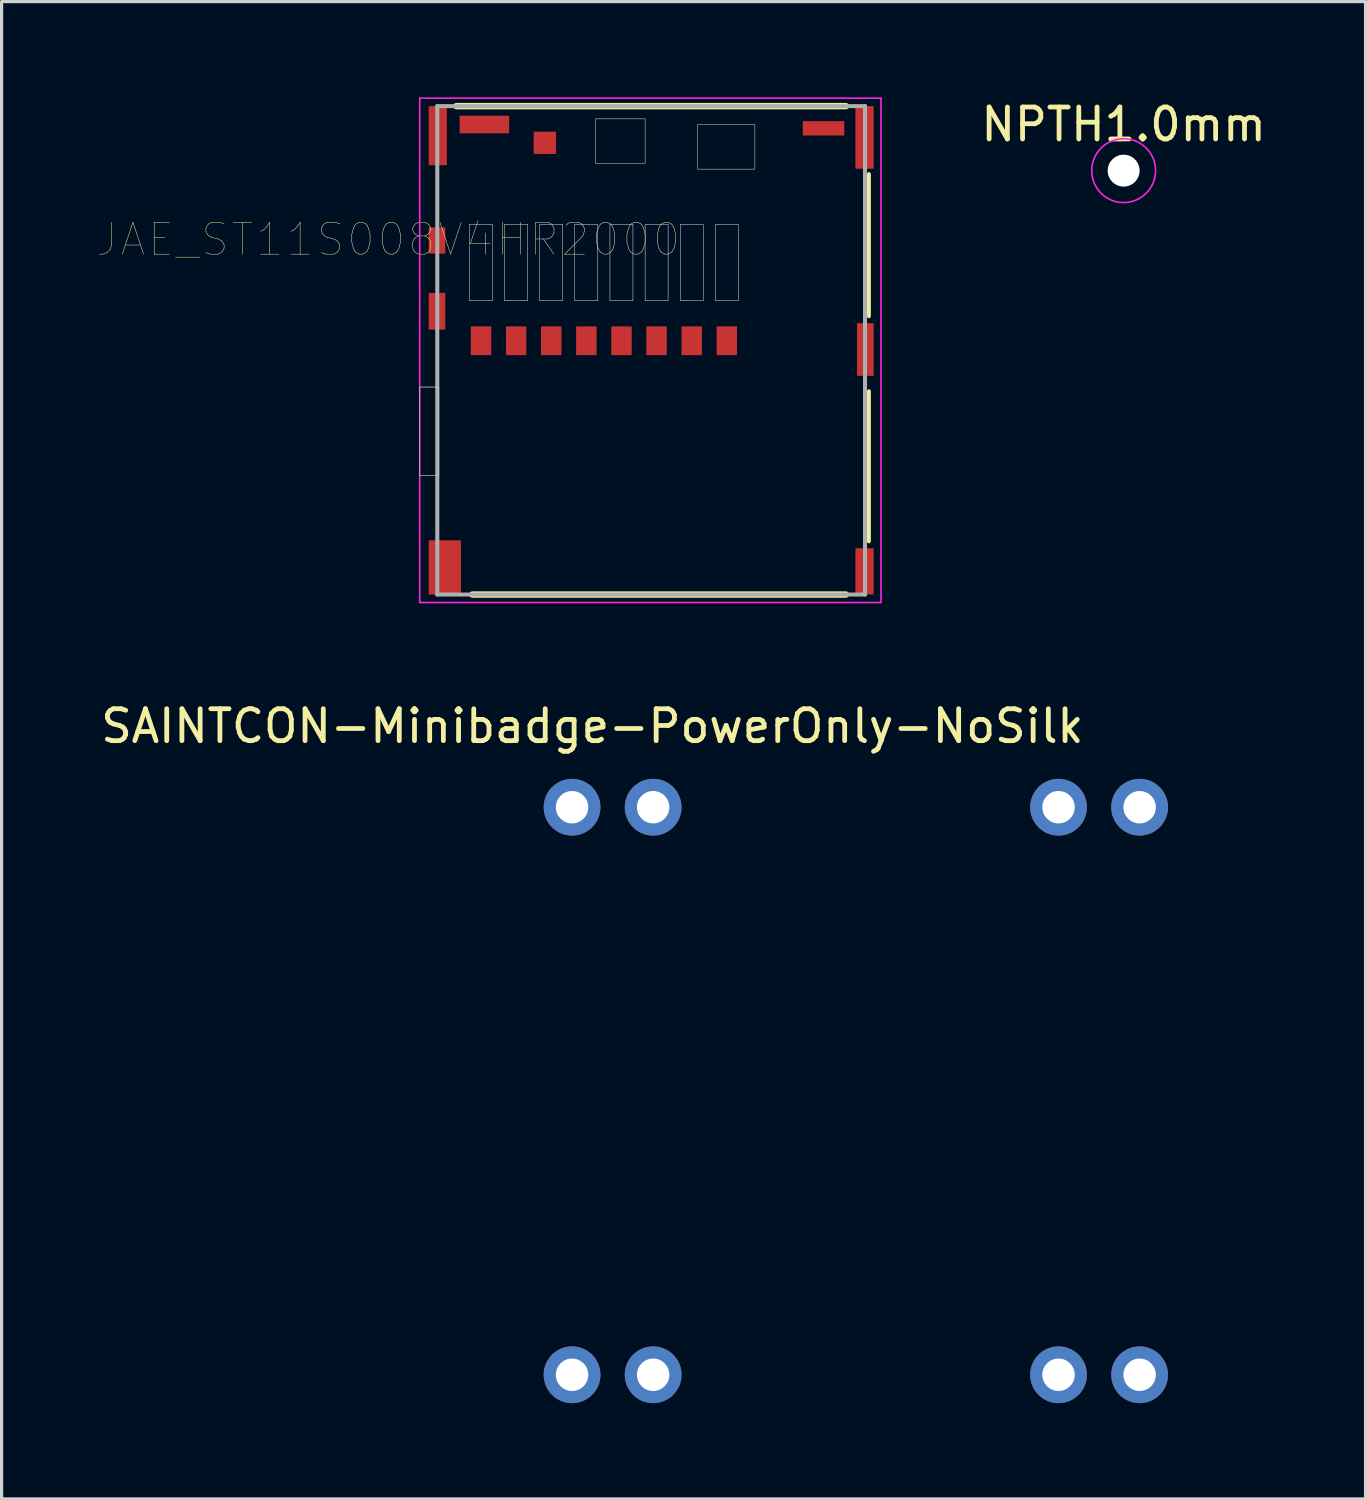
<source format=kicad_pcb>
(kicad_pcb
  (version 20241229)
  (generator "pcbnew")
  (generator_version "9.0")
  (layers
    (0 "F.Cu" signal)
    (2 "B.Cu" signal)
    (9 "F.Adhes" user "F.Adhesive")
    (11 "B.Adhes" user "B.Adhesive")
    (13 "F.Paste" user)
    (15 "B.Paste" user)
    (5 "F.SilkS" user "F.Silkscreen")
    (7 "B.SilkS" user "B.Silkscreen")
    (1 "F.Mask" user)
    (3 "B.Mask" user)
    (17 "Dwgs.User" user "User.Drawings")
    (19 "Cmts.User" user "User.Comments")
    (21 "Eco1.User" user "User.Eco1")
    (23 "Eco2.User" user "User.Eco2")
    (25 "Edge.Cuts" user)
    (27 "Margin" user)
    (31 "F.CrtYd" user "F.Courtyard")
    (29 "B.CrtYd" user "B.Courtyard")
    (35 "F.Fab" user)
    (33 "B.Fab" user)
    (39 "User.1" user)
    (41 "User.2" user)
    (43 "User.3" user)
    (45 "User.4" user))
  (footprint "SAINTCON-Minibadge-PowerOnly-NoSilk"
    (layer "F.Cu")
    (at 13.601 20.968)
    (property "Reference" "SAINTCON-Minibadge-PowerOnly-NoSilk" (at 1.905 -1.27 0) (layer "F.SilkS") (effects (font (size 1 1) (thickness 0.15))))
    (attr through_hole)
    (pad "1" thru_hole circle (at 1.27 1.27 90) (size 1.778 1.778) (drill 1.016) (layers "*.Cu" "*.Mask"))
    (pad "2" thru_hole circle (at 3.81 1.27 90) (size 1.778 1.778) (drill 1.016) (layers "*.Cu" "*.Mask"))
    (pad "7" thru_hole circle (at 16.51 1.27 90) (size 1.778 1.778) (drill 1.016) (layers "*.Cu" "*.Mask"))
    (pad "8" thru_hole circle (at 19.05 1.27 90) (size 1.778 1.778) (drill 1.016) (layers "*.Cu" "*.Mask"))
    (pad "9" thru_hole circle (at 1.27 19.05 90) (size 1.778 1.778) (drill 1.016) (layers "*.Cu" "*.Mask"))
    (pad "10" thru_hole circle (at 3.81 19.05 90) (size 1.778 1.778) (drill 1.016) (layers "*.Cu" "*.Mask"))
    (pad "15" thru_hole circle (at 16.51 19.05 90) (size 1.778 1.778) (drill 1.016) (layers "*.Cu" "*.Mask"))
    (pad "16" thru_hole circle (at 19.05 19.05 90) (size 1.778 1.778) (drill 1.016) (layers "*.Cu" "*.Mask")))
  (footprint "JAE_ST11S008V4HR2000"
    (layer "F.Cu")
    (at 17.349 7.925)
    (property "Reference" "JAE_ST11S008V4HR2000" (at -8.235 -3.475 180) (layer "F.SilkS") (effects (font (size 1 1) (thickness 0.015))))
    (attr through_hole)
    (fp_line (start -6.1 -7.65) (end 6.1 -7.65) (stroke (width 0.2) (type solid)) (layer "F.SilkS"))
    (fp_line (start 6.1 7.65) (end -5.6 7.65) (stroke (width 0.2) (type solid)) (layer "F.SilkS"))
    (fp_line (start 6.822 -5.522) (end 6.822 -1.067) (stroke (width 0.12) (type solid)) (layer "F.SilkS"))
    (fp_line (start 6.822 1.28) (end 6.822 5.984) (stroke (width 0.12) (type solid)) (layer "F.SilkS"))
    (fp_poly (pts (xy -7.262 1.15) (xy -6.65 1.15) (xy -6.65 3.926) (xy -7.262 3.926)) (stroke (width 0.01) (type solid)) (fill no) (layer "Dwgs.User"))
    (fp_poly (pts (xy -7.257 1.15) (xy -6.65 1.15) (xy -6.65 3.924) (xy -7.257 3.924)) (stroke (width 0.01) (type solid)) (fill no) (layer "Dwgs.User"))
    (fp_poly (pts (xy -7.254 1.15) (xy -6.65 1.15) (xy -6.65 3.922) (xy -7.254 3.922)) (stroke (width 0.01) (type solid)) (fill no) (layer "Dwgs.User"))
    (fp_poly (pts (xy -5.7 -3.95) (xy -4.97 -3.95) (xy -4.97 -1.553) (xy -5.7 -1.553)) (stroke (width 0.01) (type solid)) (fill no) (layer "Dwgs.User"))
    (fp_poly (pts (xy -5.696 -3.95) (xy -4.97 -3.95) (xy -4.97 -1.552) (xy -5.696 -1.552)) (stroke (width 0.01) (type solid)) (fill no) (layer "Dwgs.User"))
    (fp_poly (pts (xy -4.599 -3.95) (xy -3.87 -3.95) (xy -3.87 -1.553) (xy -4.599 -1.553)) (stroke (width 0.01) (type solid)) (fill no) (layer "Dwgs.User"))
    (fp_poly (pts (xy -4.596 -3.95) (xy -3.87 -3.95) (xy -3.87 -1.552) (xy -4.596 -1.552)) (stroke (width 0.01) (type solid)) (fill no) (layer "Dwgs.User"))
    (fp_poly (pts (xy -3.497 -3.95) (xy -2.77 -3.95) (xy -2.77 -1.553) (xy -3.497 -1.553)) (stroke (width 0.01) (type solid)) (fill no) (layer "Dwgs.User"))
    (fp_poly (pts (xy -3.496 -3.95) (xy -2.77 -3.95) (xy -2.77 -1.553) (xy -3.496 -1.553)) (stroke (width 0.01) (type solid)) (fill no) (layer "Dwgs.User"))
    (fp_poly (pts (xy -2.393 -3.95) (xy -1.67 -3.95) (xy -1.67 -1.552) (xy -2.393 -1.552)) (stroke (width 0.01) (type solid)) (fill no) (layer "Dwgs.User"))
    (fp_poly (pts (xy -2.392 -3.95) (xy -1.67 -3.95) (xy -1.67 -1.551) (xy -2.392 -1.551)) (stroke (width 0.01) (type solid)) (fill no) (layer "Dwgs.User"))
    (fp_poly (pts (xy -1.742 -7.25) (xy -0.19 -7.25) (xy -0.19 -5.856) (xy -1.742 -5.856)) (stroke (width 0.01) (type solid)) (fill no) (layer "Dwgs.User"))
    (fp_poly (pts (xy -1.741 -7.25) (xy -0.19 -7.25) (xy -0.19 -5.853) (xy -1.741 -5.853)) (stroke (width 0.01) (type solid)) (fill no) (layer "Dwgs.User"))
    (fp_poly (pts (xy -1.291 -3.95) (xy -0.57 -3.95) (xy -0.57 -1.551) (xy -1.291 -1.551)) (stroke (width 0.01) (type solid)) (fill no) (layer "Dwgs.User"))
    (fp_poly (pts (xy -1.29 -3.95) (xy -0.57 -3.95) (xy -0.57 -1.55) (xy -1.29 -1.55)) (stroke (width 0.01) (type solid)) (fill no) (layer "Dwgs.User"))
    (fp_poly (pts (xy -0.19 -3.95) (xy 0.53 -3.95) (xy 0.53 -1.551) (xy -0.19 -1.551)) (stroke (width 0.01) (type solid)) (fill no) (layer "Dwgs.User"))
    (fp_poly (pts (xy -0.19 -3.95) (xy 0.53 -3.95) (xy 0.53 -1.55) (xy -0.19 -1.55)) (stroke (width 0.01) (type solid)) (fill no) (layer "Dwgs.User"))
    (fp_poly (pts (xy 0.91 -3.95) (xy 1.63 -3.95) (xy 1.63 -1.551) (xy 0.91 -1.551)) (stroke (width 0.01) (type solid)) (fill no) (layer "Dwgs.User"))
    (fp_poly (pts (xy 0.912 -3.95) (xy 1.63 -3.95) (xy 1.63 -1.553) (xy 0.912 -1.553)) (stroke (width 0.01) (type solid)) (fill no) (layer "Dwgs.User"))
    (fp_poly (pts (xy 1.452 -7.07) (xy 3.25 -7.07) (xy 3.25 -5.676) (xy 1.452 -5.676)) (stroke (width 0.01) (type solid)) (fill no) (layer "Dwgs.User"))
    (fp_poly (pts (xy 1.452 -7.07) (xy 3.25 -7.07) (xy 3.25 -5.679) (xy 1.452 -5.679)) (stroke (width 0.01) (type solid)) (fill no) (layer "Dwgs.User"))
    (fp_poly (pts (xy 2.01 -3.95) (xy 2.73 -3.95) (xy 2.73 -1.55) (xy 2.01 -1.55)) (stroke (width 0.01) (type solid)) (fill no) (layer "Dwgs.User"))
    (fp_poly (pts (xy 2.012 -3.95) (xy 2.73 -3.95) (xy 2.73 -1.552) (xy 2.012 -1.552)) (stroke (width 0.01) (type solid)) (fill no) (layer "Dwgs.User"))
    (fp_line (start -7.25 -7.9) (end 7.2 -7.9) (stroke (width 0.05) (type solid)) (layer "F.CrtYd"))
    (fp_line (start -7.25 7.9) (end -7.25 -7.9) (stroke (width 0.05) (type solid)) (layer "F.CrtYd"))
    (fp_line (start 7.2 -7.9) (end 7.2 7.9) (stroke (width 0.05) (type solid)) (layer "F.CrtYd"))
    (fp_line (start 7.2 7.9) (end -7.25 7.9) (stroke (width 0.05) (type solid)) (layer "F.CrtYd"))
    (fp_line (start -6.7 -7.65) (end 6.7 -7.65) (stroke (width 0.127) (type solid)) (layer "F.Fab"))
    (fp_line (start -6.7 7.65) (end -6.7 -7.65) (stroke (width 0.127) (type solid)) (layer "F.Fab"))
    (fp_line (start 6.7 -7.65) (end 6.7 7.65) (stroke (width 0.127) (type solid)) (layer "F.Fab"))
    (fp_line (start 6.7 7.65) (end -6.7 7.65) (stroke (width 0.127) (type solid)) (layer "F.Fab"))
    (pad "1" smd rect (at 2.37 -0.3) (size 0.64 0.9) (layers "F.Cu" "F.Mask" "F.Paste"))
    (pad "2" smd rect (at 1.27 -0.3) (size 0.64 0.9) (layers "F.Cu" "F.Mask" "F.Paste"))
    (pad "3" smd rect (at 0.17 -0.3) (size 0.64 0.9) (layers "F.Cu" "F.Mask" "F.Paste"))
    (pad "4" smd rect (at -0.93 -0.3) (size 0.64 0.9) (layers "F.Cu" "F.Mask" "F.Paste"))
    (pad "5" smd rect (at -2.03 -0.3) (size 0.64 0.9) (layers "F.Cu" "F.Mask" "F.Paste"))
    (pad "6" smd rect (at -3.13 -0.3) (size 0.64 0.9) (layers "F.Cu" "F.Mask" "F.Paste"))
    (pad "7" smd rect (at -4.23 -0.3) (size 0.64 0.9) (layers "F.Cu" "F.Mask" "F.Paste"))
    (pad "8" smd rect (at -5.33 -0.3) (size 0.64 0.9) (layers "F.Cu" "F.Mask" "F.Paste"))
    (pad "9" smd rect (at 6.685 6.925) (size 0.57 1.45) (layers "F.Cu" "F.Mask" "F.Paste"))
    (pad "10" smd rect (at 6.71 -0.025) (size 0.52 1.65) (layers "F.Cu" "F.Mask" "F.Paste"))
    (pad "11" smd rect (at 6.685 -6.67) (size 0.57 1.96) (layers "F.Cu" "F.Mask" "F.Paste"))
    (pad "12" smd rect (at 5.4 -6.955) (size 1.3 0.45) (layers "F.Cu" "F.Mask" "F.Paste"))
    (pad "13" smd rect (at -3.33 -6.5) (size 0.7 0.7) (layers "F.Cu" "F.Mask" "F.Paste"))
    (pad "14" smd rect (at -5.225 -7.075) (size 1.55 0.55) (layers "F.Cu" "F.Mask" "F.Paste"))
    (pad "15" smd rect (at -6.685 -6.725) (size 0.57 1.85) (layers "F.Cu" "F.Mask" "F.Paste"))
    (pad "16" smd rect (at -6.71 -3.44) (size 0.52 0.82) (layers "F.Cu" "F.Mask" "F.Paste"))
    (pad "17" smd rect (at -6.71 -1.225) (size 0.52 1.15) (layers "F.Cu" "F.Mask" "F.Paste"))
    (pad "18" smd rect (at -6.465 6.8) (size 1.01 1.7) (layers "F.Cu" "F.Mask" "F.Paste")))
  (footprint "NPTH1.0mm"
    (layer "F.Cu")
    (at 32.151 2.296)
    (property "Reference" "NPTH1.0mm" (at 0 -1.448 0) (layer "F.SilkS") (effects (font (size 1 1) (thickness 0.15))))
    (attr exclude_from_pos_files exclude_from_bom)
    (fp_circle (center 0 0) (end 1 0) (stroke (width 0.05) (type solid)) (fill no) (layer "F.CrtYd"))
    (pad "" np_thru_hole circle (at 0 0) (size 1 1) (drill 1) (layers "*.Cu" "*.Mask")))
  (gr_rect
    (start -3 -3)
    (end 39.728 43.907)
    (stroke (width 0.1) (type default))
    (fill no)
    (layer "Edge.Cuts")))
</source>
